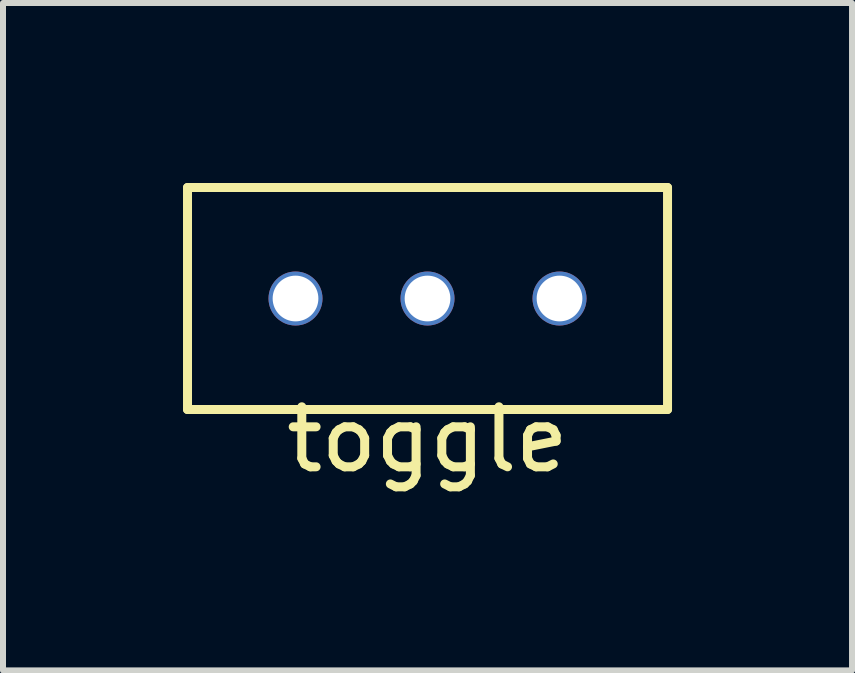
<source format=kicad_pcb>
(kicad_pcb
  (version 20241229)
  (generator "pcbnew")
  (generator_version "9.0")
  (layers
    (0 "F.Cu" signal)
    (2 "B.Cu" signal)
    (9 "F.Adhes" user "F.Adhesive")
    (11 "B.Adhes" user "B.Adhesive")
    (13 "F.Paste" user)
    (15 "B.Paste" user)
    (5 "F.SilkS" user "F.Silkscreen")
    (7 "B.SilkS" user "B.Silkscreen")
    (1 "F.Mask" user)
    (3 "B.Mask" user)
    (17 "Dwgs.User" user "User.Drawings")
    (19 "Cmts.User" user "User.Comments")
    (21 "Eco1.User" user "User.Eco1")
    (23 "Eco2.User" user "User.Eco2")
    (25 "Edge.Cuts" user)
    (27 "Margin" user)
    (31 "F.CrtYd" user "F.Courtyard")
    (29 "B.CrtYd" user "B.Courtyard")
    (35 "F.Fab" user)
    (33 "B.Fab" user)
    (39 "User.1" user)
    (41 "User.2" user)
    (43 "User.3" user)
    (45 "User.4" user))
  (footprint "toggle"
    (layer "F.Cu")
    (at 4.075 3.775)
    (property "Reference" "toggle" (at 0 0.5 0) (layer "F.SilkS") (effects (font (size 1 1) (thickness 0.15))))
    (attr through_hole)
    (fp_line (start -4 -3.7) (end 4 -3.7) (stroke (width 0.15) (type solid)) (layer "F.SilkS"))
    (fp_line (start -4 0) (end -4 -3.7) (stroke (width 0.15) (type solid)) (layer "F.SilkS"))
    (fp_line (start -4 0) (end 4 0) (stroke (width 0.15) (type solid)) (layer "F.SilkS"))
    (fp_line (start 4 0) (end 4 -3.7) (stroke (width 0.15) (type solid)) (layer "F.SilkS"))
    (pad "1" thru_hole circle (at -2.2 -1.85) (size 0.9 0.9) (drill 0.762) (layers "*.Cu" "*.Mask"))
    (pad "2" thru_hole circle (at 0 -1.85) (size 0.9 0.9) (drill 0.762) (layers "*.Cu" "*.Mask"))
    (pad "3" thru_hole circle (at 2.2 -1.85) (size 0.9 0.9) (drill 0.762) (layers "*.Cu" "*.Mask")))
  (gr_rect
    (start -3 -3)
    (end 11.15 8.123)
    (stroke (width 0.1) (type default))
    (fill no)
    (layer "Edge.Cuts")))
</source>
